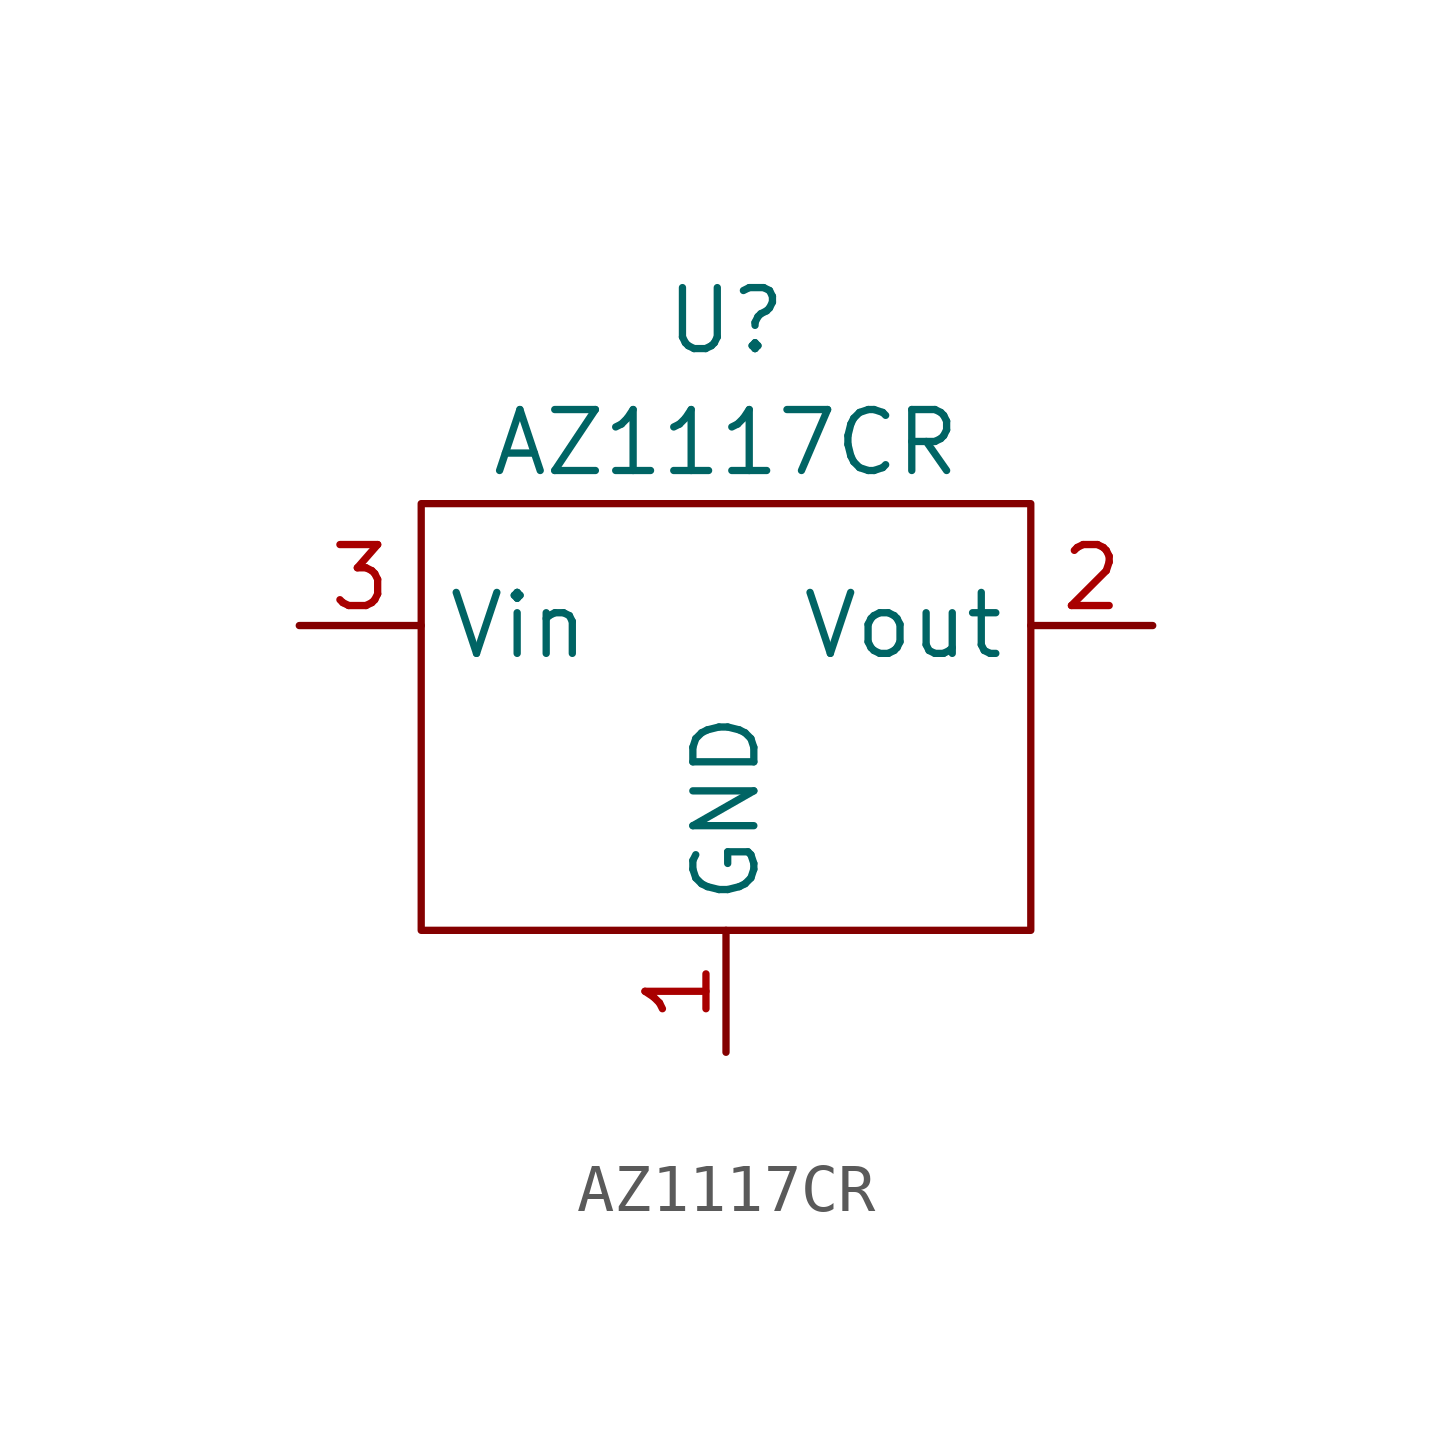
<source format=kicad_sym>
(kicad_symbol_lib
  (version 20210619)
  (generator kicad_symbol_editor)
  (symbol "AZ1117CR-3.3TRG1:AZ1117CR"
    (property "Reference" "U"
      (at 0 7.62 0)
      (effects (font (size 1.27 1.27))))
    (property "Value" "AZ1117CR"
      (at 0 5.08 0)
      (effects (font (size 1.27 1.27))))
    (symbol "AZ1117CR_0_1"
      (rectangle (start -6.35 3.81) (end 6.35 -5.08) (stroke (width 0.152)) (fill (type none))))
    (symbol "AZ1117CR_1_1"
      (pin power_in line (at 0 -7.62 90) (length 2.54) (name "GND" (effects (font (size 1.27 1.27)))) (number "1" (effects (font (size 1.27 1.27)))))
      (pin power_out line (at 8.89 1.27 180) (length 2.54) (name "Vout" (effects (font (size 1.27 1.27)))) (number "2" (effects (font (size 1.27 1.27)))))
      (pin power_in line (at -8.89 1.27 0) (length 2.54) (name "Vin" (effects (font (size 1.27 1.27)))) (number "3" (effects (font (size 1.27 1.27))))))))
</source>
